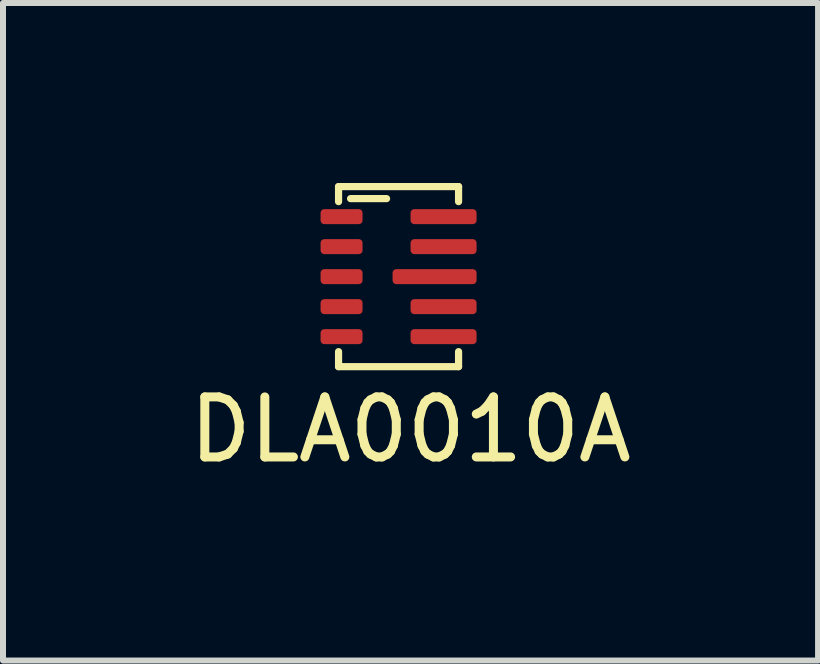
<source format=kicad_pcb>
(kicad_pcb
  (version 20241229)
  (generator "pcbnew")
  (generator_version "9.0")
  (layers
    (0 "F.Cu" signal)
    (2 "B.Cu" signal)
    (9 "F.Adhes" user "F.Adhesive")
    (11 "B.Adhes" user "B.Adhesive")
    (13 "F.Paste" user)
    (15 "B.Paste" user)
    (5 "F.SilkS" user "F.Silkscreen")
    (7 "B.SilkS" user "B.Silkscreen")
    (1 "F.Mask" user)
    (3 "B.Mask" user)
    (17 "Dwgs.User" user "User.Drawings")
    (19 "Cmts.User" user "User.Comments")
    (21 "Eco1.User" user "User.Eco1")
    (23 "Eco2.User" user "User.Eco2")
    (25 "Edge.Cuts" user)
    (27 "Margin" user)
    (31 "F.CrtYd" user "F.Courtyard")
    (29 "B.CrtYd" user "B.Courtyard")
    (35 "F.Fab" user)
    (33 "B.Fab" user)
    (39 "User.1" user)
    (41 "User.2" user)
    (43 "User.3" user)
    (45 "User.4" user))
  (footprint "DLA0010A"
    (layer "F.Cu")
    (at 3.592 1.56)
    (property "Reference" "DLA0010A" (at 0.2 2.55 0) (layer "F.SilkS") (effects (font (size 1 1) (thickness 0.15))))
    (attr through_hole)
    (fp_line (start -1 -1.25) (end -1 -1.5) (stroke (width 0.12) (type solid)) (layer "F.SilkS"))
    (fp_line (start -1 1.5) (end -1 1.25) (stroke (width 0.12) (type solid)) (layer "F.SilkS"))
    (fp_line (start -0.2 -1.3) (end -0.8 -1.3) (stroke (width 0.12) (type solid)) (layer "F.SilkS"))
    (fp_line (start 1 -1.5) (end -1 -1.5) (stroke (width 0.12) (type solid)) (layer "F.SilkS"))
    (fp_line (start 1 -1.25) (end 1 -1.5) (stroke (width 0.12) (type solid)) (layer "F.SilkS"))
    (fp_line (start 1 1.5) (end -1 1.5) (stroke (width 0.12) (type solid)) (layer "F.SilkS"))
    (fp_line (start 1 1.5) (end 1 1.25) (stroke (width 0.12) (type solid)) (layer "F.SilkS"))
    (pad "1" smd roundrect (at -0.95 -1) (size 0.7 0.25) (layers "F.Cu" "F.Mask" "F.Paste") (roundrect_rratio 0.25))
    (pad "2" smd roundrect (at -0.95 -0.5) (size 0.7 0.25) (layers "F.Cu" "F.Mask" "F.Paste") (roundrect_rratio 0.25))
    (pad "3" smd roundrect (at -0.95 0) (size 0.7 0.25) (layers "F.Cu" "F.Mask" "F.Paste") (roundrect_rratio 0.25))
    (pad "4" smd roundrect (at -0.95 0.5) (size 0.7 0.25) (layers "F.Cu" "F.Mask" "F.Paste") (roundrect_rratio 0.25))
    (pad "5" smd roundrect (at -0.95 1) (size 0.7 0.25) (layers "F.Cu" "F.Mask" "F.Paste") (roundrect_rratio 0.25))
    (pad "6" smd roundrect (at 0.75 1) (size 1.1 0.25) (layers "F.Cu" "F.Mask" "F.Paste") (roundrect_rratio 0.25))
    (pad "7" smd roundrect (at 0.75 0.5) (size 1.1 0.25) (layers "F.Cu" "F.Mask" "F.Paste") (roundrect_rratio 0.25))
    (pad "8" smd roundrect (at 0.6 0) (size 1.4 0.25) (layers "F.Cu" "F.Mask" "F.Paste") (roundrect_rratio 0.25))
    (pad "9" smd roundrect (at 0.75 -0.5) (size 1.1 0.25) (layers "F.Cu" "F.Mask" "F.Paste") (roundrect_rratio 0.25))
    (pad "10" smd roundrect (at 0.75 -1) (size 1.1 0.25) (layers "F.Cu" "F.Mask" "F.Paste") (roundrect_rratio 0.25)))
  (gr_rect
    (start -3 -3)
    (end 10.583 7.958)
    (stroke (width 0.1) (type default))
    (fill no)
    (layer "Edge.Cuts")))
</source>
